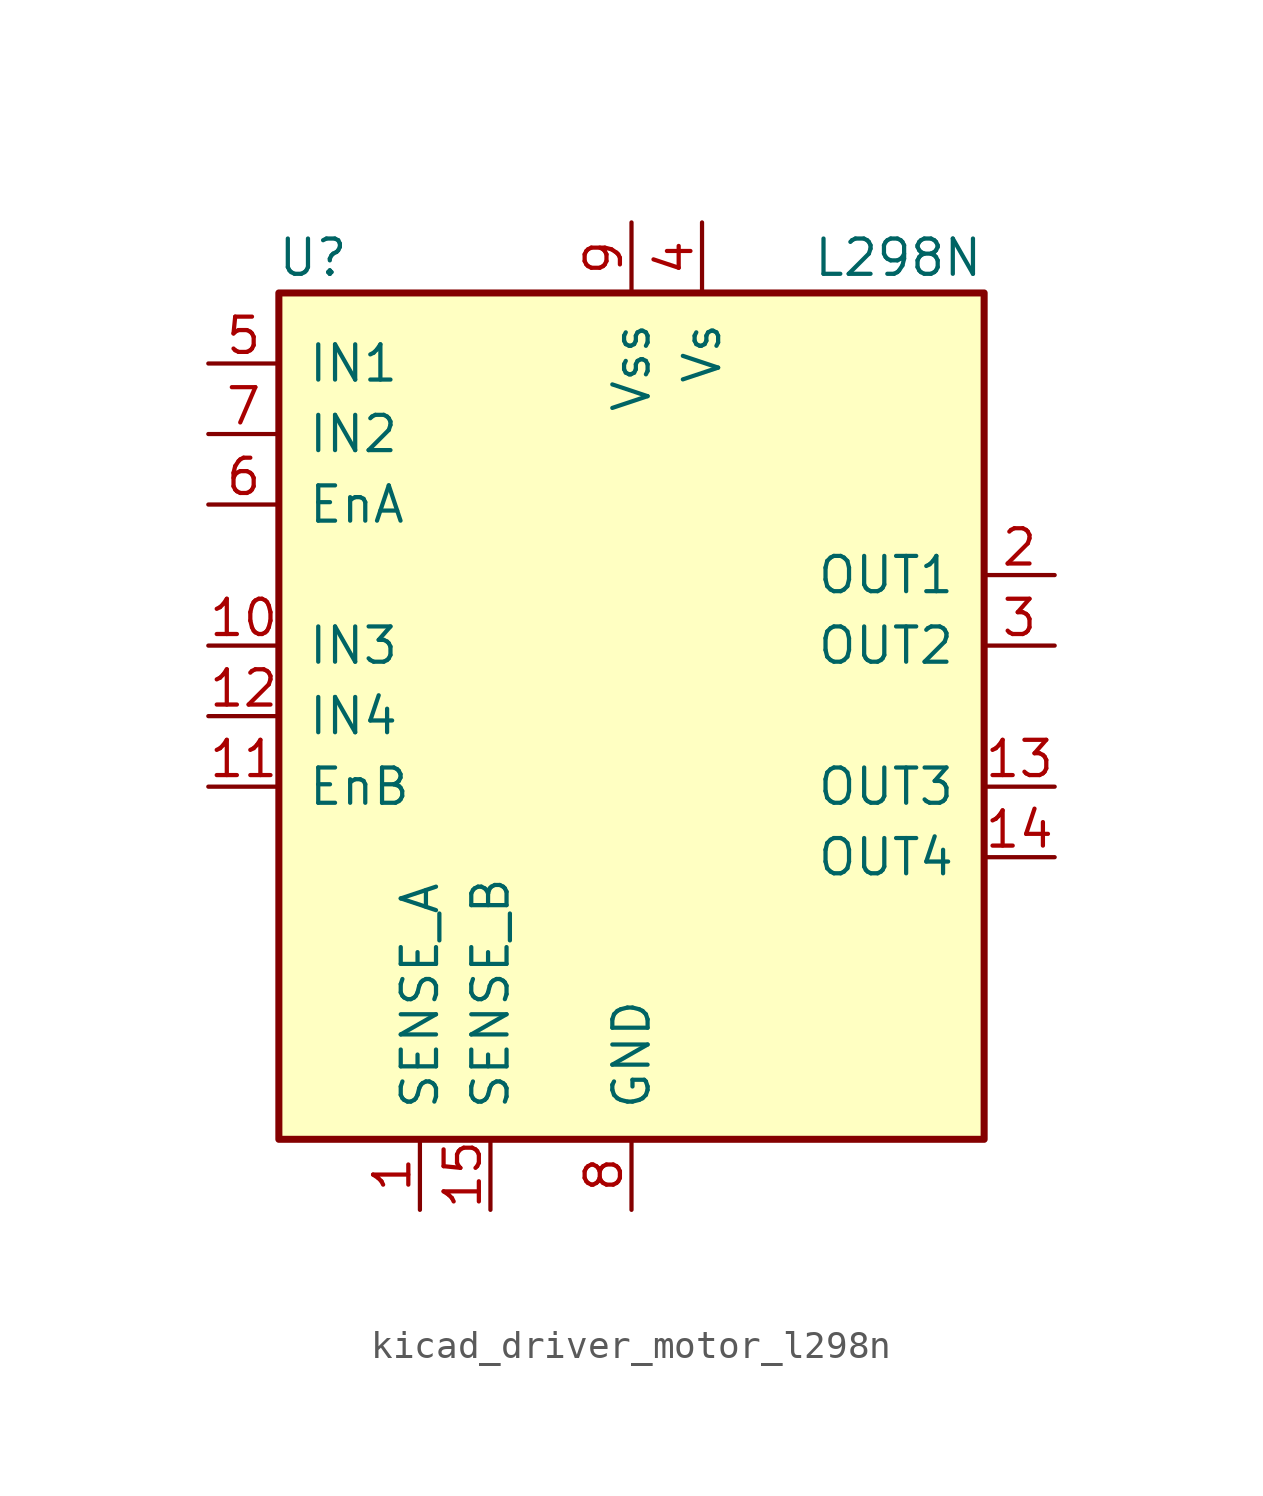
<source format=kicad_sym>
(kicad_symbol_lib
  (version 20220914)
  (generator kicad_symbol_editor)
  (symbol "kicad_driver_motor_l298n"
    (pin_names
      (offset 1.016))
    (property "Reference" "U"
      (at -10.16 16.51 0)
      (effects (font (size 1.27 1.27)) (justify right)))
    (property "Value" "L298N"
      (at 12.7 16.51 0)
      (effects (font (size 1.27 1.27)) (justify right)))
    (symbol "kicad_driver_motor_l298n_0_1"
      (rectangle (start -12.7 15.24) (end 12.7 -15.24) (stroke (width 0.254) (type default)) (fill (type background))))
    (symbol "kicad_driver_motor_l298n_1_1"
      (pin power_in line (at -7.62 -17.78 90) (length 2.54) (name "SENSE_A" (effects (font (size 1.27 1.27)))) (number "1" (effects (font (size 1.27 1.27)))))
      (pin input line (at -15.24 2.54 0) (length 2.54) (name "IN3" (effects (font (size 1.27 1.27)))) (number "10" (effects (font (size 1.27 1.27)))))
      (pin input line (at -15.24 -2.54 0) (length 2.54) (name "EnB" (effects (font (size 1.27 1.27)))) (number "11" (effects (font (size 1.27 1.27)))))
      (pin input line (at -15.24 0 0) (length 2.54) (name "IN4" (effects (font (size 1.27 1.27)))) (number "12" (effects (font (size 1.27 1.27)))))
      (pin output line (at 15.24 -2.54 180) (length 2.54) (name "OUT3" (effects (font (size 1.27 1.27)))) (number "13" (effects (font (size 1.27 1.27)))))
      (pin output line (at 15.24 -5.08 180) (length 2.54) (name "OUT4" (effects (font (size 1.27 1.27)))) (number "14" (effects (font (size 1.27 1.27)))))
      (pin power_in line (at -5.08 -17.78 90) (length 2.54) (name "SENSE_B" (effects (font (size 1.27 1.27)))) (number "15" (effects (font (size 1.27 1.27)))))
      (pin output line (at 15.24 5.08 180) (length 2.54) (name "OUT1" (effects (font (size 1.27 1.27)))) (number "2" (effects (font (size 1.27 1.27)))))
      (pin output line (at 15.24 2.54 180) (length 2.54) (name "OUT2" (effects (font (size 1.27 1.27)))) (number "3" (effects (font (size 1.27 1.27)))))
      (pin power_in line (at 2.54 17.78 270) (length 2.54) (name "Vs" (effects (font (size 1.27 1.27)))) (number "4" (effects (font (size 1.27 1.27)))))
      (pin input line (at -15.24 12.7 0) (length 2.54) (name "IN1" (effects (font (size 1.27 1.27)))) (number "5" (effects (font (size 1.27 1.27)))))
      (pin input line (at -15.24 7.62 0) (length 2.54) (name "EnA" (effects (font (size 1.27 1.27)))) (number "6" (effects (font (size 1.27 1.27)))))
      (pin input line (at -15.24 10.16 0) (length 2.54) (name "IN2" (effects (font (size 1.27 1.27)))) (number "7" (effects (font (size 1.27 1.27)))))
      (pin power_in line (at 0 -17.78 90) (length 2.54) (name "GND" (effects (font (size 1.27 1.27)))) (number "8" (effects (font (size 1.27 1.27)))))
      (pin power_in line (at 0 17.78 270) (length 2.54) (name "Vss" (effects (font (size 1.27 1.27)))) (number "9" (effects (font (size 1.27 1.27))))))))
</source>
